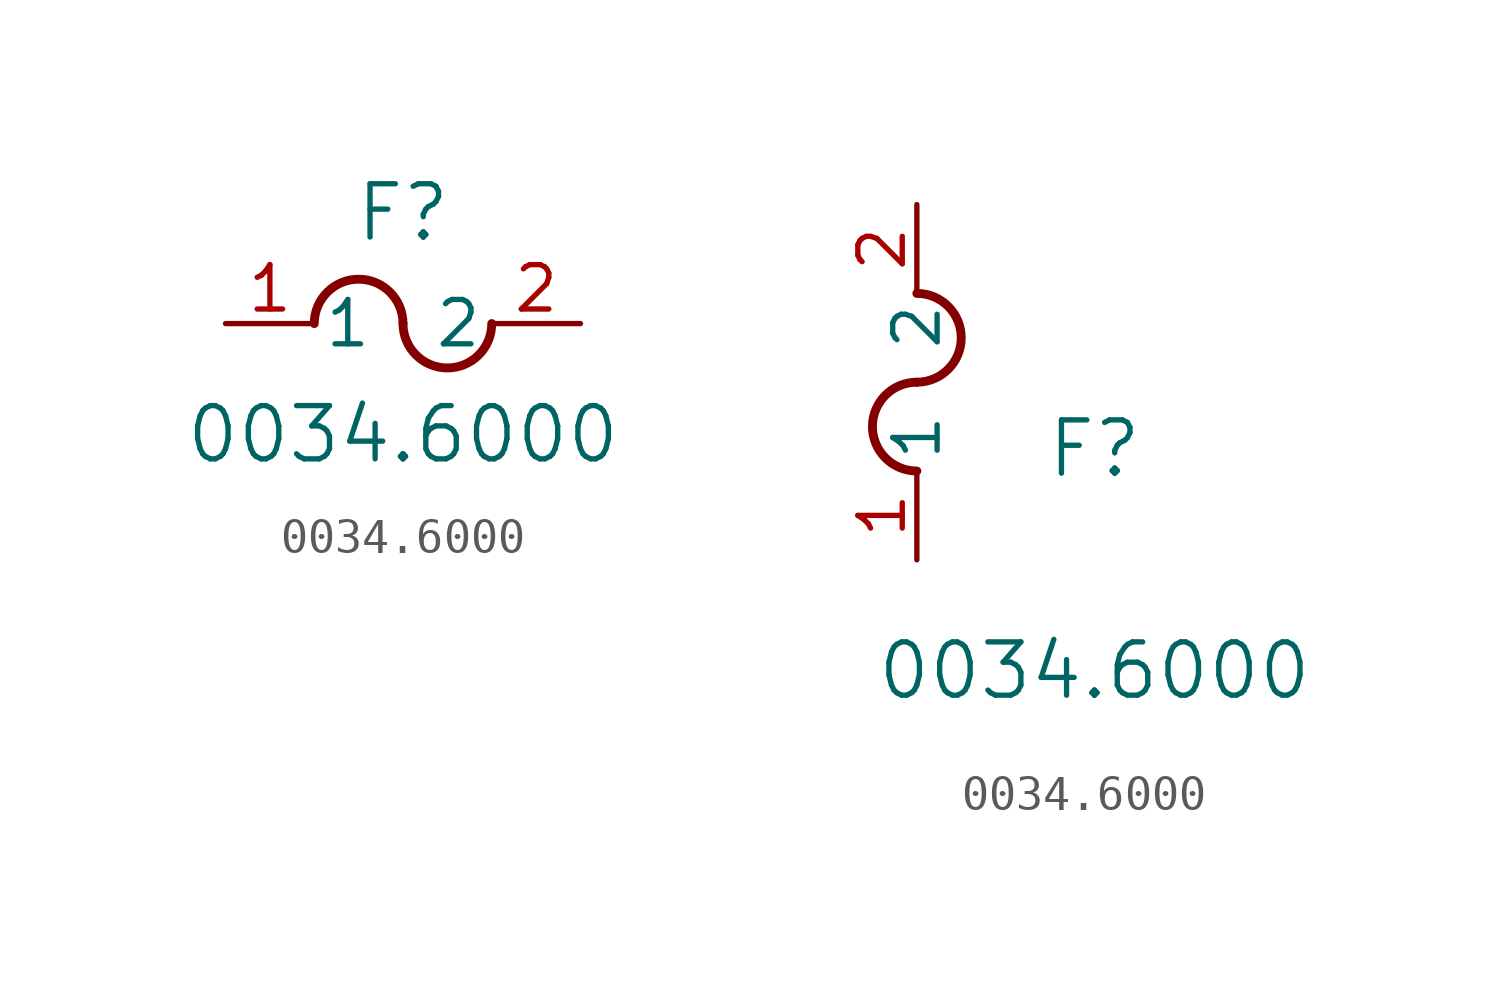
<source format=kicad_sym>
(kicad_symbol_lib
  (version 20211014)
  (generator kicad_symbol_editor)
  (symbol "0034.6000"
    (pin_names
      (offset 0.254))
    (property "Reference" "F"
      (at 5.08 3.175 0)
      (effects (font (size 1.524 1.524))))
    (property "Value" "0034.6000"
      (at 5.08 -3.175 0)
      (effects (font (size 1.524 1.524))))
    (symbol "0034.6000_1_1"
      (arc (start 5.08 0) (mid 3.81 1.27) (end 2.54 0) (stroke (width 0.254) (type default) (color 0 0 0 0)) (fill (type none)))
      (arc (start 5.08 0) (mid 6.35 -1.27) (end 7.62 0) (stroke (width 0.254) (type default) (color 0 0 0 0)) (fill (type none)))
      (pin unspecified line (at 0 0 0) (length 2.54) (name "1" (effects (font (size 1.27 1.27)))) (number "1" (effects (font (size 1.27 1.27)))))
      (pin unspecified line (at 10.16 0 180) (length 2.54) (name "2" (effects (font (size 1.27 1.27)))) (number "2" (effects (font (size 1.27 1.27))))))
    (symbol "0034.6000_1_2"
      (arc (start 0 5.08) (mid -1.27 3.81) (end 0 2.54) (stroke (width 0.254) (type default) (color 0 0 0 0)) (fill (type none)))
      (arc (start 0 5.08) (mid 1.27 6.35) (end 0 7.62) (stroke (width 0.254) (type default) (color 0 0 0 0)) (fill (type none)))
      (pin unspecified line (at 0 0 90) (length 2.54) (name "1" (effects (font (size 1.27 1.27)))) (number "1" (effects (font (size 1.27 1.27)))))
      (pin unspecified line (at 0 10.16 270) (length 2.54) (name "2" (effects (font (size 1.27 1.27)))) (number "2" (effects (font (size 1.27 1.27))))))))
</source>
